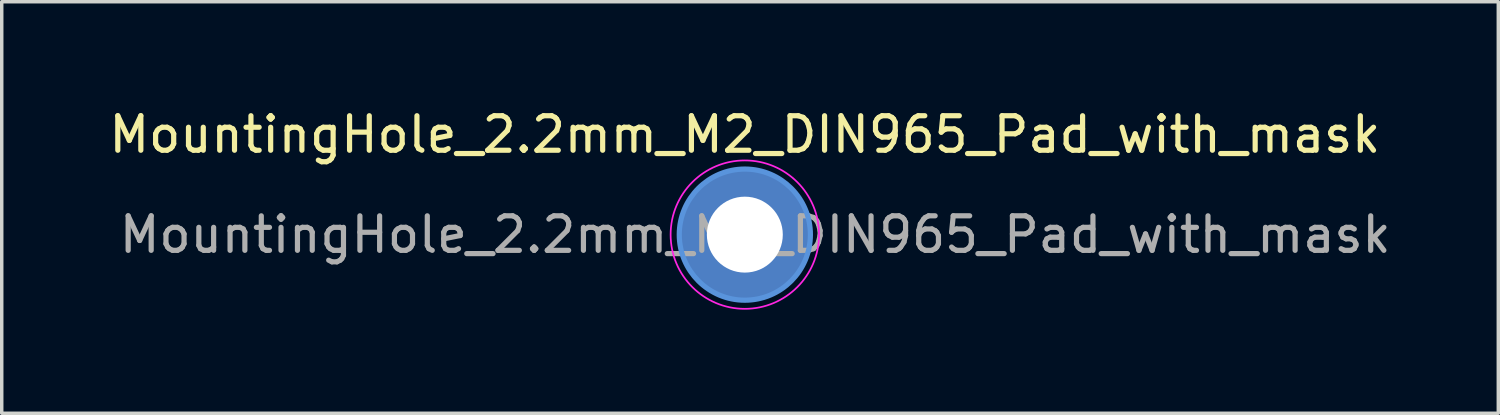
<source format=kicad_pcb>
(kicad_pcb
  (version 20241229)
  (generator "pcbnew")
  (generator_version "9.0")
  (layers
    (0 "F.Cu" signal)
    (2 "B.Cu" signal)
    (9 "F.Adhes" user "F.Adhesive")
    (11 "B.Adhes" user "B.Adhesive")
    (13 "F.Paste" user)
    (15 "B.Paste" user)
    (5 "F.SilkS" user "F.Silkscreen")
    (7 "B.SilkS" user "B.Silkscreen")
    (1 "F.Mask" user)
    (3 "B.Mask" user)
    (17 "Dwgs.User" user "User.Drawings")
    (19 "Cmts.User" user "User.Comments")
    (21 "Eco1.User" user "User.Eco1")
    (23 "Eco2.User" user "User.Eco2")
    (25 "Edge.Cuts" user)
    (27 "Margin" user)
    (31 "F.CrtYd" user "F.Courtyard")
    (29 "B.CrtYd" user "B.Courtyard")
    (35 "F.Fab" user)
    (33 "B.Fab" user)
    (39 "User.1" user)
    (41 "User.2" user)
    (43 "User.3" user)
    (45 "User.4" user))
  (footprint "MountingHole_2.2mm_M2_DIN965_Pad_with_mask"
    (layer "F.Cu")
    (at 18.53 3.748)
    (property "Reference" "MountingHole_2.2mm_M2_DIN965_Pad_with_mask" (at 0 -2.9 0) (layer "F.SilkS") (effects (font (size 1 1) (thickness 0.15))))
    (attr exclude_from_pos_files exclude_from_bom)
    (fp_circle (center 0 0) (end 1 0) (stroke (width 0.2) (type solid)) (fill yes) (layer "F.Mask"))
    (fp_circle (center 0 0) (end 1.9 0) (stroke (width 0.15) (type solid)) (fill no) (layer "Cmts.User"))
    (fp_circle (center 0 0) (end 2.15 0) (stroke (width 0.05) (type solid)) (fill no) (layer "F.CrtYd"))
    (fp_text user "${REFERENCE}" (at 0.3 0 0) (layer "F.Fab") (effects (font (size 1 1) (thickness 0.15))))
    (pad "1" thru_hole circle (at 0 0) (size 3.8 3.8) (drill 2.2) (layers "*.Cu" "*.Mask")))
  (gr_rect
    (start -3 -3)
    (end 40.36 8.923)
    (stroke (width 0.1) (type default))
    (fill no)
    (layer "Edge.Cuts")))
</source>
